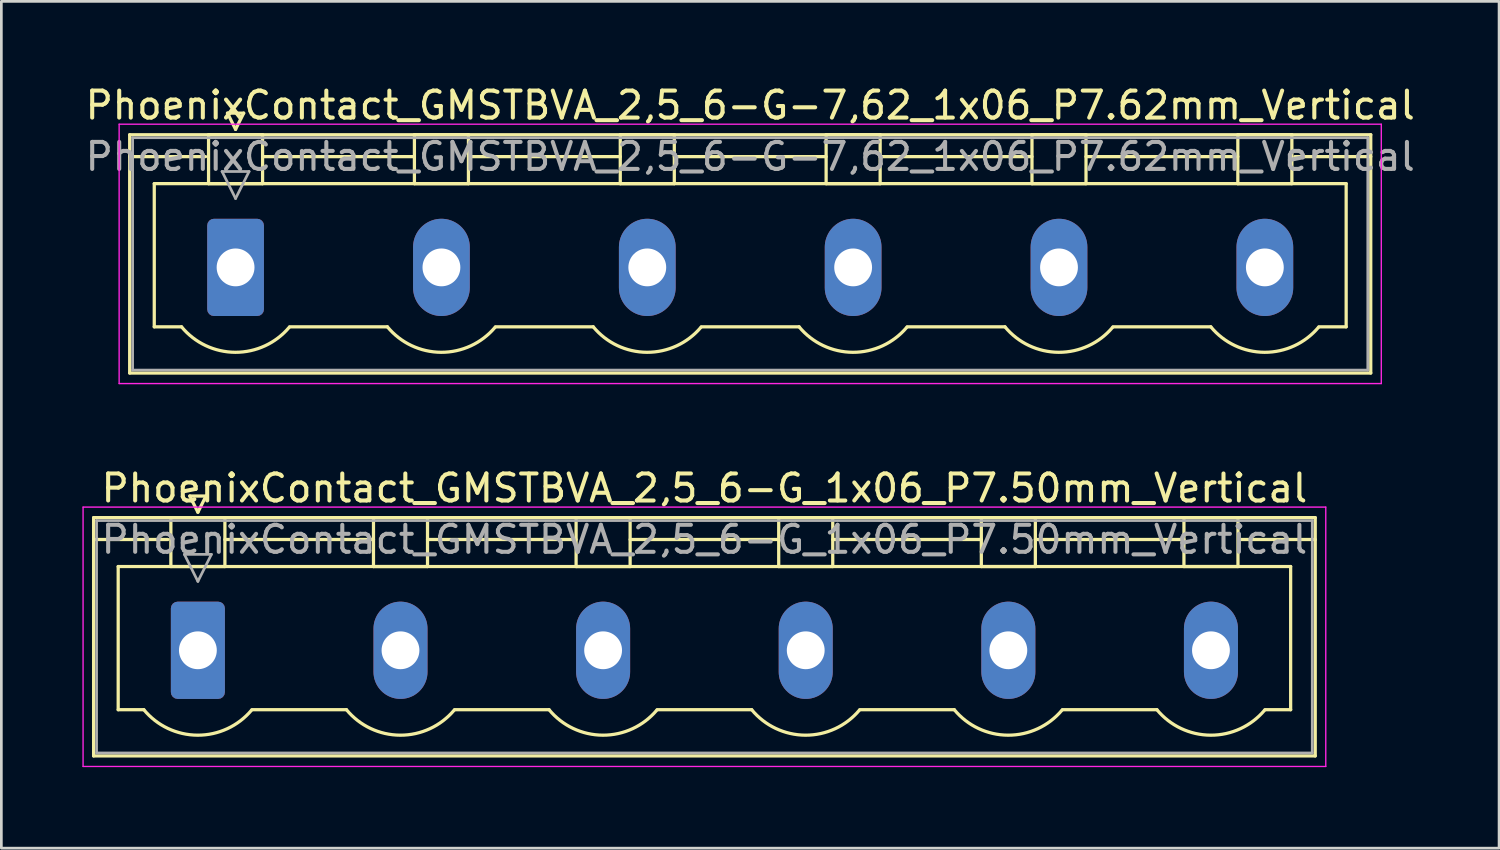
<source format=kicad_pcb>
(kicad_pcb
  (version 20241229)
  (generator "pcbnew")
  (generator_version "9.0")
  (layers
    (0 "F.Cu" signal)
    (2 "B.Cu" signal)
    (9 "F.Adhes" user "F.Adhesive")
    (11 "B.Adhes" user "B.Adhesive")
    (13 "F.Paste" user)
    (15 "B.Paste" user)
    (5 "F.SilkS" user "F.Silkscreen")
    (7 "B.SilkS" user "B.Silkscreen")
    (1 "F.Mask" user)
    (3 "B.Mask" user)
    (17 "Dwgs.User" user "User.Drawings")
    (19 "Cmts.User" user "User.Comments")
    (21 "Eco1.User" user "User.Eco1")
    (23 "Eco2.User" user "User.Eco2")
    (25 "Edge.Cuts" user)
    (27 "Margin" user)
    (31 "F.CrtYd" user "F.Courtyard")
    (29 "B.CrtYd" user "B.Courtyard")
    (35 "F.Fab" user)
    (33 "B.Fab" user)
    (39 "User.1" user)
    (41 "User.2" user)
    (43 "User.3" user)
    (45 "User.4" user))
  (footprint "PhoenixContact_GMSTBVA_2,5_6-G_1x06_P7.50mm_Vertical"
    (layer "F.Cu")
    (at 4.275 21.021)
    (property "Reference" "PhoenixContact_GMSTBVA_2,5_6-G_1x06_P7.50mm_Vertical" (at 18.75 -6 0) (layer "F.SilkS") (effects (font (size 1 1) (thickness 0.15))))
    (attr through_hole)
    (fp_line (start -3.86 -4.91) (end -3.86 3.91) (stroke (width 0.12) (type solid)) (layer "F.SilkS"))
    (fp_line (start -3.86 -4.1) (end -1.11 -4.1) (stroke (width 0.12) (type solid)) (layer "F.SilkS"))
    (fp_line (start -3.86 3.91) (end 41.36 3.91) (stroke (width 0.12) (type solid)) (layer "F.SilkS"))
    (fp_line (start -2.95 -3.1) (end 40.45 -3.1) (stroke (width 0.12) (type solid)) (layer "F.SilkS"))
    (fp_line (start -2.95 2.2) (end -2.95 -3.1) (stroke (width 0.12) (type solid)) (layer "F.SilkS"))
    (fp_line (start -2 2.2) (end -2.95 2.2) (stroke (width 0.12) (type solid)) (layer "F.SilkS"))
    (fp_line (start -1 -4.91) (end 1 -4.91) (stroke (width 0.12) (type solid)) (layer "F.SilkS"))
    (fp_line (start -1 -3.1) (end -1 -4.91) (stroke (width 0.12) (type solid)) (layer "F.SilkS"))
    (fp_line (start -0.3 -5.71) (end 0.3 -5.71) (stroke (width 0.12) (type solid)) (layer "F.SilkS"))
    (fp_line (start 0 -5.11) (end -0.3 -5.71) (stroke (width 0.12) (type solid)) (layer "F.SilkS"))
    (fp_line (start 0.3 -5.71) (end 0 -5.11) (stroke (width 0.12) (type solid)) (layer "F.SilkS"))
    (fp_line (start 1 -4.91) (end 1 -3.1) (stroke (width 0.12) (type solid)) (layer "F.SilkS"))
    (fp_line (start 1 -4.1) (end 6.5 -4.1) (stroke (width 0.12) (type solid)) (layer "F.SilkS"))
    (fp_line (start 1 -3.1) (end -1 -3.1) (stroke (width 0.12) (type solid)) (layer "F.SilkS"))
    (fp_line (start 2 2.2) (end 5.5 2.2) (stroke (width 0.12) (type solid)) (layer "F.SilkS"))
    (fp_line (start 6.5 -4.91) (end 8.5 -4.91) (stroke (width 0.12) (type solid)) (layer "F.SilkS"))
    (fp_line (start 6.5 -3.1) (end 6.5 -4.91) (stroke (width 0.12) (type solid)) (layer "F.SilkS"))
    (fp_line (start 8.5 -4.91) (end 8.5 -3.1) (stroke (width 0.12) (type solid)) (layer "F.SilkS"))
    (fp_line (start 8.5 -4.1) (end 14 -4.1) (stroke (width 0.12) (type solid)) (layer "F.SilkS"))
    (fp_line (start 8.5 -3.1) (end 6.5 -3.1) (stroke (width 0.12) (type solid)) (layer "F.SilkS"))
    (fp_line (start 9.5 2.2) (end 13 2.2) (stroke (width 0.12) (type solid)) (layer "F.SilkS"))
    (fp_line (start 14 -4.91) (end 16 -4.91) (stroke (width 0.12) (type solid)) (layer "F.SilkS"))
    (fp_line (start 14 -3.1) (end 14 -4.91) (stroke (width 0.12) (type solid)) (layer "F.SilkS"))
    (fp_line (start 16 -4.91) (end 16 -3.1) (stroke (width 0.12) (type solid)) (layer "F.SilkS"))
    (fp_line (start 16 -4.1) (end 21.5 -4.1) (stroke (width 0.12) (type solid)) (layer "F.SilkS"))
    (fp_line (start 16 -3.1) (end 14 -3.1) (stroke (width 0.12) (type solid)) (layer "F.SilkS"))
    (fp_line (start 17 2.2) (end 20.5 2.2) (stroke (width 0.12) (type solid)) (layer "F.SilkS"))
    (fp_line (start 21.5 -4.91) (end 23.5 -4.91) (stroke (width 0.12) (type solid)) (layer "F.SilkS"))
    (fp_line (start 21.5 -3.1) (end 21.5 -4.91) (stroke (width 0.12) (type solid)) (layer "F.SilkS"))
    (fp_line (start 23.5 -4.91) (end 23.5 -3.1) (stroke (width 0.12) (type solid)) (layer "F.SilkS"))
    (fp_line (start 23.5 -4.1) (end 29 -4.1) (stroke (width 0.12) (type solid)) (layer "F.SilkS"))
    (fp_line (start 23.5 -3.1) (end 21.5 -3.1) (stroke (width 0.12) (type solid)) (layer "F.SilkS"))
    (fp_line (start 24.5 2.2) (end 28 2.2) (stroke (width 0.12) (type solid)) (layer "F.SilkS"))
    (fp_line (start 29 -4.91) (end 31 -4.91) (stroke (width 0.12) (type solid)) (layer "F.SilkS"))
    (fp_line (start 29 -3.1) (end 29 -4.91) (stroke (width 0.12) (type solid)) (layer "F.SilkS"))
    (fp_line (start 31 -4.91) (end 31 -3.1) (stroke (width 0.12) (type solid)) (layer "F.SilkS"))
    (fp_line (start 31 -4.1) (end 36.5 -4.1) (stroke (width 0.12) (type solid)) (layer "F.SilkS"))
    (fp_line (start 31 -3.1) (end 29 -3.1) (stroke (width 0.12) (type solid)) (layer "F.SilkS"))
    (fp_line (start 32 2.2) (end 35.5 2.2) (stroke (width 0.12) (type solid)) (layer "F.SilkS"))
    (fp_line (start 36.5 -4.91) (end 38.5 -4.91) (stroke (width 0.12) (type solid)) (layer "F.SilkS"))
    (fp_line (start 36.5 -3.1) (end 36.5 -4.91) (stroke (width 0.12) (type solid)) (layer "F.SilkS"))
    (fp_line (start 38.5 -4.91) (end 38.5 -3.1) (stroke (width 0.12) (type solid)) (layer "F.SilkS"))
    (fp_line (start 38.5 -3.1) (end 36.5 -3.1) (stroke (width 0.12) (type solid)) (layer "F.SilkS"))
    (fp_line (start 40.45 -3.1) (end 40.45 2.2) (stroke (width 0.12) (type solid)) (layer "F.SilkS"))
    (fp_line (start 40.45 2.2) (end 39.5 2.2) (stroke (width 0.12) (type solid)) (layer "F.SilkS"))
    (fp_line (start 41.36 -4.91) (end -3.86 -4.91) (stroke (width 0.12) (type solid)) (layer "F.SilkS"))
    (fp_line (start 41.36 -4.1) (end 38.61 -4.1) (stroke (width 0.12) (type solid)) (layer "F.SilkS"))
    (fp_line (start 41.36 3.91) (end 41.36 -4.91) (stroke (width 0.12) (type solid)) (layer "F.SilkS"))
    (fp_arc (start 1.986842 2.215821) (mid -0.010289 3.142758) (end -2 2.2) (stroke (width 0.12) (type solid)) (layer "F.SilkS"))
    (fp_arc (start 9.486842 2.215821) (mid 7.489711 3.142758) (end 5.5 2.2) (stroke (width 0.12) (type solid)) (layer "F.SilkS"))
    (fp_arc (start 16.986842 2.215821) (mid 14.989711 3.142758) (end 13 2.2) (stroke (width 0.12) (type solid)) (layer "F.SilkS"))
    (fp_arc (start 24.486842 2.215821) (mid 22.489711 3.142758) (end 20.5 2.2) (stroke (width 0.12) (type solid)) (layer "F.SilkS"))
    (fp_arc (start 31.986842 2.215821) (mid 29.989711 3.142758) (end 28 2.2) (stroke (width 0.12) (type solid)) (layer "F.SilkS"))
    (fp_arc (start 39.486842 2.215821) (mid 37.489711 3.142758) (end 35.5 2.2) (stroke (width 0.12) (type solid)) (layer "F.SilkS"))
    (fp_line (start -4.25 -5.3) (end -4.25 4.3) (stroke (width 0.05) (type solid)) (layer "F.CrtYd"))
    (fp_line (start -4.25 4.3) (end 41.75 4.3) (stroke (width 0.05) (type solid)) (layer "F.CrtYd"))
    (fp_line (start 41.75 -5.3) (end -4.25 -5.3) (stroke (width 0.05) (type solid)) (layer "F.CrtYd"))
    (fp_line (start 41.75 4.3) (end 41.75 -5.3) (stroke (width 0.05) (type solid)) (layer "F.CrtYd"))
    (fp_line (start -3.75 -4.8) (end -3.75 3.8) (stroke (width 0.1) (type solid)) (layer "F.Fab"))
    (fp_line (start -3.75 3.8) (end 41.25 3.8) (stroke (width 0.1) (type solid)) (layer "F.Fab"))
    (fp_line (start -0.5 -3.55) (end 0.5 -3.55) (stroke (width 0.1) (type solid)) (layer "F.Fab"))
    (fp_line (start 0 -2.55) (end -0.5 -3.55) (stroke (width 0.1) (type solid)) (layer "F.Fab"))
    (fp_line (start 0.5 -3.55) (end 0 -2.55) (stroke (width 0.1) (type solid)) (layer "F.Fab"))
    (fp_line (start 41.25 -4.8) (end -3.75 -4.8) (stroke (width 0.1) (type solid)) (layer "F.Fab"))
    (fp_line (start 41.25 3.8) (end 41.25 -4.8) (stroke (width 0.1) (type solid)) (layer "F.Fab"))
    (fp_text user "${REFERENCE}" (at 18.75 -4.1 0) (layer "F.Fab") (effects (font (size 1 1) (thickness 0.15))))
    (pad "1" thru_hole roundrect (at 0 0) (size 2 3.6) (drill 1.4) (layers "*.Cu" "*.Mask") (roundrect_rratio 0.125))
    (pad "2" thru_hole oval (at 7.5 0) (size 2 3.6) (drill 1.4) (layers "*.Cu" "*.Mask"))
    (pad "3" thru_hole oval (at 15 0) (size 2 3.6) (drill 1.4) (layers "*.Cu" "*.Mask"))
    (pad "4" thru_hole oval (at 22.5 0) (size 2 3.6) (drill 1.4) (layers "*.Cu" "*.Mask"))
    (pad "5" thru_hole oval (at 30 0) (size 2 3.6) (drill 1.4) (layers "*.Cu" "*.Mask"))
    (pad "6" thru_hole oval (at 37.5 0) (size 2 3.6) (drill 1.4) (layers "*.Cu" "*.Mask")))
  (footprint "PhoenixContact_GMSTBVA_2,5_6-G-7,62_1x06_P7.62mm_Vertical"
    (layer "F.Cu")
    (at 5.67 6.848)
    (property "Reference" "PhoenixContact_GMSTBVA_2,5_6-G-7,62_1x06_P7.62mm_Vertical" (at 19.05 -6 0) (layer "F.SilkS") (effects (font (size 1 1) (thickness 0.15))))
    (attr through_hole)
    (fp_line (start -3.92 -4.91) (end -3.92 3.91) (stroke (width 0.12) (type solid)) (layer "F.SilkS"))
    (fp_line (start -3.92 -4.1) (end -1.11 -4.1) (stroke (width 0.12) (type solid)) (layer "F.SilkS"))
    (fp_line (start -3.92 3.91) (end 42.02 3.91) (stroke (width 0.12) (type solid)) (layer "F.SilkS"))
    (fp_line (start -3.01 -3.1) (end 41.11 -3.1) (stroke (width 0.12) (type solid)) (layer "F.SilkS"))
    (fp_line (start -3.01 2.2) (end -3.01 -3.1) (stroke (width 0.12) (type solid)) (layer "F.SilkS"))
    (fp_line (start -2 2.2) (end -3.01 2.2) (stroke (width 0.12) (type solid)) (layer "F.SilkS"))
    (fp_line (start -1 -4.91) (end 1 -4.91) (stroke (width 0.12) (type solid)) (layer "F.SilkS"))
    (fp_line (start -1 -3.1) (end -1 -4.91) (stroke (width 0.12) (type solid)) (layer "F.SilkS"))
    (fp_line (start -0.3 -5.71) (end 0.3 -5.71) (stroke (width 0.12) (type solid)) (layer "F.SilkS"))
    (fp_line (start 0 -5.11) (end -0.3 -5.71) (stroke (width 0.12) (type solid)) (layer "F.SilkS"))
    (fp_line (start 0.3 -5.71) (end 0 -5.11) (stroke (width 0.12) (type solid)) (layer "F.SilkS"))
    (fp_line (start 1 -4.91) (end 1 -3.1) (stroke (width 0.12) (type solid)) (layer "F.SilkS"))
    (fp_line (start 1 -4.1) (end 6.62 -4.1) (stroke (width 0.12) (type solid)) (layer "F.SilkS"))
    (fp_line (start 1 -3.1) (end -1 -3.1) (stroke (width 0.12) (type solid)) (layer "F.SilkS"))
    (fp_line (start 2 2.2) (end 5.62 2.2) (stroke (width 0.12) (type solid)) (layer "F.SilkS"))
    (fp_line (start 6.62 -4.91) (end 8.62 -4.91) (stroke (width 0.12) (type solid)) (layer "F.SilkS"))
    (fp_line (start 6.62 -3.1) (end 6.62 -4.91) (stroke (width 0.12) (type solid)) (layer "F.SilkS"))
    (fp_line (start 8.62 -4.91) (end 8.62 -3.1) (stroke (width 0.12) (type solid)) (layer "F.SilkS"))
    (fp_line (start 8.62 -4.1) (end 14.24 -4.1) (stroke (width 0.12) (type solid)) (layer "F.SilkS"))
    (fp_line (start 8.62 -3.1) (end 6.62 -3.1) (stroke (width 0.12) (type solid)) (layer "F.SilkS"))
    (fp_line (start 9.62 2.2) (end 13.24 2.2) (stroke (width 0.12) (type solid)) (layer "F.SilkS"))
    (fp_line (start 14.24 -4.91) (end 16.24 -4.91) (stroke (width 0.12) (type solid)) (layer "F.SilkS"))
    (fp_line (start 14.24 -3.1) (end 14.24 -4.91) (stroke (width 0.12) (type solid)) (layer "F.SilkS"))
    (fp_line (start 16.24 -4.91) (end 16.24 -3.1) (stroke (width 0.12) (type solid)) (layer "F.SilkS"))
    (fp_line (start 16.24 -4.1) (end 21.86 -4.1) (stroke (width 0.12) (type solid)) (layer "F.SilkS"))
    (fp_line (start 16.24 -3.1) (end 14.24 -3.1) (stroke (width 0.12) (type solid)) (layer "F.SilkS"))
    (fp_line (start 17.24 2.2) (end 20.86 2.2) (stroke (width 0.12) (type solid)) (layer "F.SilkS"))
    (fp_line (start 21.86 -4.91) (end 23.86 -4.91) (stroke (width 0.12) (type solid)) (layer "F.SilkS"))
    (fp_line (start 21.86 -3.1) (end 21.86 -4.91) (stroke (width 0.12) (type solid)) (layer "F.SilkS"))
    (fp_line (start 23.86 -4.91) (end 23.86 -3.1) (stroke (width 0.12) (type solid)) (layer "F.SilkS"))
    (fp_line (start 23.86 -4.1) (end 29.48 -4.1) (stroke (width 0.12) (type solid)) (layer "F.SilkS"))
    (fp_line (start 23.86 -3.1) (end 21.86 -3.1) (stroke (width 0.12) (type solid)) (layer "F.SilkS"))
    (fp_line (start 24.86 2.2) (end 28.48 2.2) (stroke (width 0.12) (type solid)) (layer "F.SilkS"))
    (fp_line (start 29.48 -4.91) (end 31.48 -4.91) (stroke (width 0.12) (type solid)) (layer "F.SilkS"))
    (fp_line (start 29.48 -3.1) (end 29.48 -4.91) (stroke (width 0.12) (type solid)) (layer "F.SilkS"))
    (fp_line (start 31.48 -4.91) (end 31.48 -3.1) (stroke (width 0.12) (type solid)) (layer "F.SilkS"))
    (fp_line (start 31.48 -4.1) (end 37.1 -4.1) (stroke (width 0.12) (type solid)) (layer "F.SilkS"))
    (fp_line (start 31.48 -3.1) (end 29.48 -3.1) (stroke (width 0.12) (type solid)) (layer "F.SilkS"))
    (fp_line (start 32.48 2.2) (end 36.1 2.2) (stroke (width 0.12) (type solid)) (layer "F.SilkS"))
    (fp_line (start 37.1 -4.91) (end 39.1 -4.91) (stroke (width 0.12) (type solid)) (layer "F.SilkS"))
    (fp_line (start 37.1 -3.1) (end 37.1 -4.91) (stroke (width 0.12) (type solid)) (layer "F.SilkS"))
    (fp_line (start 39.1 -4.91) (end 39.1 -3.1) (stroke (width 0.12) (type solid)) (layer "F.SilkS"))
    (fp_line (start 39.1 -3.1) (end 37.1 -3.1) (stroke (width 0.12) (type solid)) (layer "F.SilkS"))
    (fp_line (start 41.11 -3.1) (end 41.11 2.2) (stroke (width 0.12) (type solid)) (layer "F.SilkS"))
    (fp_line (start 41.11 2.2) (end 40.1 2.2) (stroke (width 0.12) (type solid)) (layer "F.SilkS"))
    (fp_line (start 42.02 -4.91) (end -3.92 -4.91) (stroke (width 0.12) (type solid)) (layer "F.SilkS"))
    (fp_line (start 42.02 -4.1) (end 39.21 -4.1) (stroke (width 0.12) (type solid)) (layer "F.SilkS"))
    (fp_line (start 42.02 3.91) (end 42.02 -4.91) (stroke (width 0.12) (type solid)) (layer "F.SilkS"))
    (fp_arc (start 1.986842 2.215821) (mid -0.010289 3.142758) (end -2 2.2) (stroke (width 0.12) (type solid)) (layer "F.SilkS"))
    (fp_arc (start 9.606842 2.215821) (mid 7.609711 3.142758) (end 5.62 2.2) (stroke (width 0.12) (type solid)) (layer "F.SilkS"))
    (fp_arc (start 17.226842 2.215821) (mid 15.229711 3.142758) (end 13.24 2.2) (stroke (width 0.12) (type solid)) (layer "F.SilkS"))
    (fp_arc (start 24.846842 2.215821) (mid 22.849711 3.142758) (end 20.86 2.2) (stroke (width 0.12) (type solid)) (layer "F.SilkS"))
    (fp_arc (start 32.466842 2.215821) (mid 30.469711 3.142758) (end 28.48 2.2) (stroke (width 0.12) (type solid)) (layer "F.SilkS"))
    (fp_arc (start 40.086842 2.215821) (mid 38.089711 3.142758) (end 36.1 2.2) (stroke (width 0.12) (type solid)) (layer "F.SilkS"))
    (fp_line (start -4.31 -5.3) (end -4.31 4.3) (stroke (width 0.05) (type solid)) (layer "F.CrtYd"))
    (fp_line (start -4.31 4.3) (end 42.41 4.3) (stroke (width 0.05) (type solid)) (layer "F.CrtYd"))
    (fp_line (start 42.41 -5.3) (end -4.31 -5.3) (stroke (width 0.05) (type solid)) (layer "F.CrtYd"))
    (fp_line (start 42.41 4.3) (end 42.41 -5.3) (stroke (width 0.05) (type solid)) (layer "F.CrtYd"))
    (fp_line (start -3.81 -4.8) (end -3.81 3.8) (stroke (width 0.1) (type solid)) (layer "F.Fab"))
    (fp_line (start -3.81 3.8) (end 41.91 3.8) (stroke (width 0.1) (type solid)) (layer "F.Fab"))
    (fp_line (start -0.5 -3.55) (end 0.5 -3.55) (stroke (width 0.1) (type solid)) (layer "F.Fab"))
    (fp_line (start 0 -2.55) (end -0.5 -3.55) (stroke (width 0.1) (type solid)) (layer "F.Fab"))
    (fp_line (start 0.5 -3.55) (end 0 -2.55) (stroke (width 0.1) (type solid)) (layer "F.Fab"))
    (fp_line (start 41.91 -4.8) (end -3.81 -4.8) (stroke (width 0.1) (type solid)) (layer "F.Fab"))
    (fp_line (start 41.91 3.8) (end 41.91 -4.8) (stroke (width 0.1) (type solid)) (layer "F.Fab"))
    (fp_text user "${REFERENCE}" (at 19.05 -4.1 0) (layer "F.Fab") (effects (font (size 1 1) (thickness 0.15))))
    (pad "1" thru_hole roundrect (at 0 0) (size 2.1 3.6) (drill 1.4) (layers "*.Cu" "*.Mask") (roundrect_rratio 0.119))
    (pad "2" thru_hole oval (at 7.62 0) (size 2.1 3.6) (drill 1.4) (layers "*.Cu" "*.Mask"))
    (pad "3" thru_hole oval (at 15.24 0) (size 2.1 3.6) (drill 1.4) (layers "*.Cu" "*.Mask"))
    (pad "4" thru_hole oval (at 22.86 0) (size 2.1 3.6) (drill 1.4) (layers "*.Cu" "*.Mask"))
    (pad "5" thru_hole oval (at 30.48 0) (size 2.1 3.6) (drill 1.4) (layers "*.Cu" "*.Mask"))
    (pad "6" thru_hole oval (at 38.1 0) (size 2.1 3.6) (drill 1.4) (layers "*.Cu" "*.Mask")))
  (gr_rect
    (start -3 -3)
    (end 52.44 28.346)
    (stroke (width 0.1) (type default))
    (fill no)
    (layer "Edge.Cuts")))
</source>
